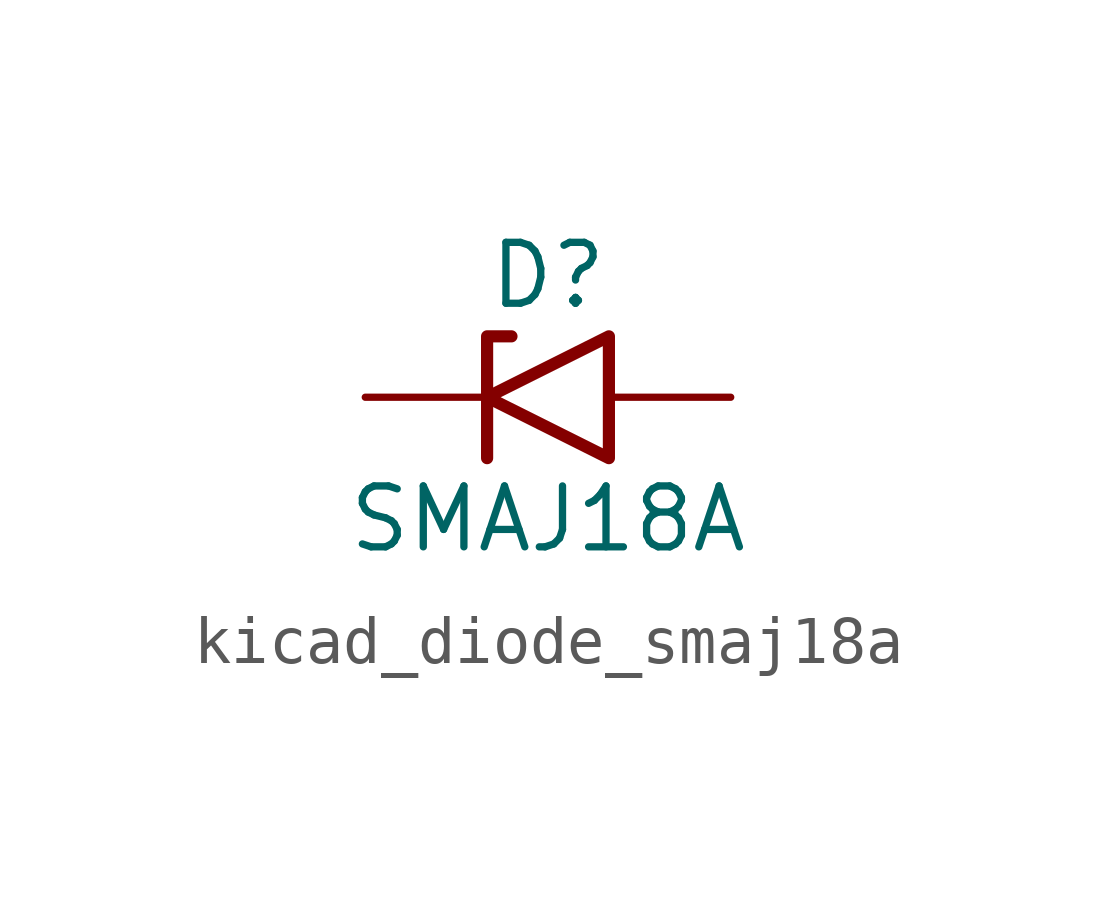
<source format=kicad_sym>
(kicad_symbol_lib
  (version 20220914)
  (generator kicad_symbol_editor)
  (symbol "kicad_diode_smaj18a"
    (pin_numbers hide)
    (pin_names
      (offset 1.016) hide)
    (property "Reference" "D"
      (at 0 2.54 0)
      (effects (font (size 1.27 1.27))))
    (property "Value" "SMAJ18A"
      (at 0 -2.54 0)
      (effects (font (size 1.27 1.27))))
    (symbol "kicad_diode_smaj18a_0_1"
      (polyline (pts (xy -0.762 1.27) (xy -1.27 1.27) (xy -1.27 -1.27)) (stroke (width 0.254) (type default)) (fill (type none)))
      (polyline (pts (xy 1.27 1.27) (xy 1.27 -1.27) (xy -1.27 0) (xy 1.27 1.27)) (stroke (width 0.254) (type default)) (fill (type none))))
    (symbol "kicad_diode_smaj18a_1_1"
      (pin passive line (at -3.81 0 0) (length 2.54) (name "A1" (effects (font (size 1.27 1.27)))) (number "1" (effects (font (size 1.27 1.27)))))
      (pin passive line (at 3.81 0 180) (length 2.54) (name "A2" (effects (font (size 1.27 1.27)))) (number "2" (effects (font (size 1.27 1.27))))))))
</source>
